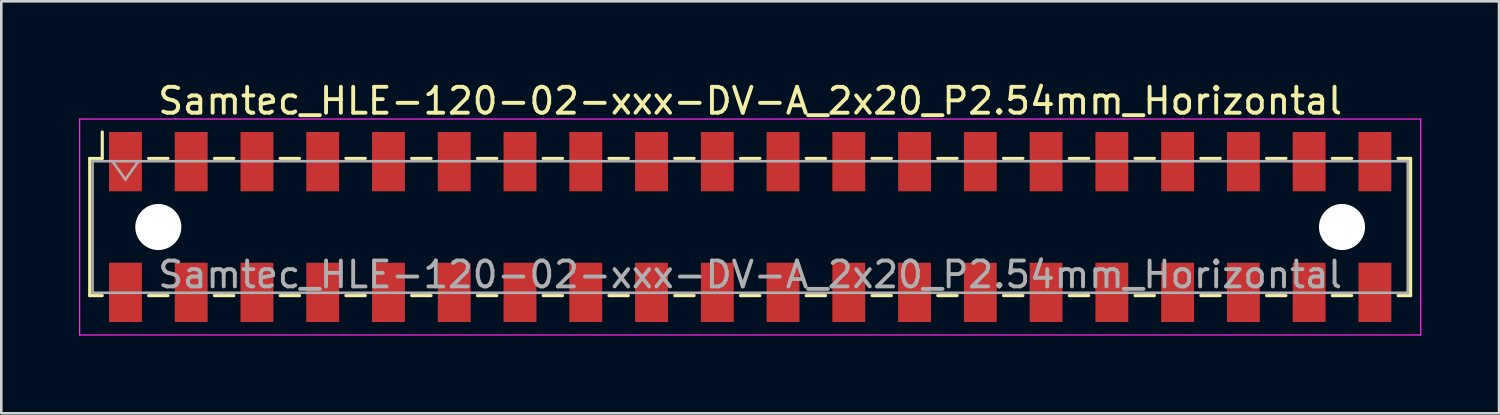
<source format=kicad_pcb>
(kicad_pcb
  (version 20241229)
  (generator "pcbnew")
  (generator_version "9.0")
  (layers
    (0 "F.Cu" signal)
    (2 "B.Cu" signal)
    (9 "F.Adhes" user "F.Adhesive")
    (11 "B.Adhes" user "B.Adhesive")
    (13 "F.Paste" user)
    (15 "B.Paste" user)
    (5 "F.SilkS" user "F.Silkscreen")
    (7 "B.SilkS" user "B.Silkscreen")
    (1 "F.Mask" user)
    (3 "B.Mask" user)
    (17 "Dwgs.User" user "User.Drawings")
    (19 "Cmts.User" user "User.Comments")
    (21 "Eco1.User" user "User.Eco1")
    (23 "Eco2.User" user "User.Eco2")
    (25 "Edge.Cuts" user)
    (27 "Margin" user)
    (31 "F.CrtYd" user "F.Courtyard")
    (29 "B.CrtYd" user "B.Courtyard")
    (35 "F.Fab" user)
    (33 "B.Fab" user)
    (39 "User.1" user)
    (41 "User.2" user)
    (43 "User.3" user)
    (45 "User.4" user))
  (footprint "Samtec_HLE-120-02-xxx-DV-A_2x20_P2.54mm_Horizontal"
    (layer "F.Cu")
    (at 25.925 5.718)
    (property "Reference" "Samtec_HLE-120-02-xxx-DV-A_2x20_P2.54mm_Horizontal" (at 0 -4.87 0) (layer "F.SilkS") (effects (font (size 1 1) (thickness 0.15))))
    (attr smd)
    (fp_line (start -25.51 -2.65) (end -25.51 2.65) (stroke (width 0.12) (type solid)) (layer "F.SilkS"))
    (fp_line (start -25.51 2.65) (end -25.025 2.65) (stroke (width 0.12) (type solid)) (layer "F.SilkS"))
    (fp_line (start -25.025 -3.67) (end -25.025 -2.65) (stroke (width 0.12) (type solid)) (layer "F.SilkS"))
    (fp_line (start -25.025 -2.65) (end -25.51 -2.65) (stroke (width 0.12) (type solid)) (layer "F.SilkS"))
    (fp_line (start -23.235 -2.65) (end -22.485 -2.65) (stroke (width 0.12) (type solid)) (layer "F.SilkS"))
    (fp_line (start -23.235 2.65) (end -22.485 2.65) (stroke (width 0.12) (type solid)) (layer "F.SilkS"))
    (fp_line (start -20.695 -2.65) (end -19.945 -2.65) (stroke (width 0.12) (type solid)) (layer "F.SilkS"))
    (fp_line (start -20.695 2.65) (end -19.945 2.65) (stroke (width 0.12) (type solid)) (layer "F.SilkS"))
    (fp_line (start -18.155 -2.65) (end -17.405 -2.65) (stroke (width 0.12) (type solid)) (layer "F.SilkS"))
    (fp_line (start -18.155 2.65) (end -17.405 2.65) (stroke (width 0.12) (type solid)) (layer "F.SilkS"))
    (fp_line (start -15.615 -2.65) (end -14.865 -2.65) (stroke (width 0.12) (type solid)) (layer "F.SilkS"))
    (fp_line (start -15.615 2.65) (end -14.865 2.65) (stroke (width 0.12) (type solid)) (layer "F.SilkS"))
    (fp_line (start -13.075 -2.65) (end -12.325 -2.65) (stroke (width 0.12) (type solid)) (layer "F.SilkS"))
    (fp_line (start -13.075 2.65) (end -12.325 2.65) (stroke (width 0.12) (type solid)) (layer "F.SilkS"))
    (fp_line (start -10.535 -2.65) (end -9.785 -2.65) (stroke (width 0.12) (type solid)) (layer "F.SilkS"))
    (fp_line (start -10.535 2.65) (end -9.785 2.65) (stroke (width 0.12) (type solid)) (layer "F.SilkS"))
    (fp_line (start -7.995 -2.65) (end -7.245 -2.65) (stroke (width 0.12) (type solid)) (layer "F.SilkS"))
    (fp_line (start -7.995 2.65) (end -7.245 2.65) (stroke (width 0.12) (type solid)) (layer "F.SilkS"))
    (fp_line (start -5.455 -2.65) (end -4.705 -2.65) (stroke (width 0.12) (type solid)) (layer "F.SilkS"))
    (fp_line (start -5.455 2.65) (end -4.705 2.65) (stroke (width 0.12) (type solid)) (layer "F.SilkS"))
    (fp_line (start -2.915 -2.65) (end -2.165 -2.65) (stroke (width 0.12) (type solid)) (layer "F.SilkS"))
    (fp_line (start -2.915 2.65) (end -2.165 2.65) (stroke (width 0.12) (type solid)) (layer "F.SilkS"))
    (fp_line (start -0.375 -2.65) (end 0.375 -2.65) (stroke (width 0.12) (type solid)) (layer "F.SilkS"))
    (fp_line (start -0.375 2.65) (end 0.375 2.65) (stroke (width 0.12) (type solid)) (layer "F.SilkS"))
    (fp_line (start 2.165 -2.65) (end 2.915 -2.65) (stroke (width 0.12) (type solid)) (layer "F.SilkS"))
    (fp_line (start 2.165 2.65) (end 2.915 2.65) (stroke (width 0.12) (type solid)) (layer "F.SilkS"))
    (fp_line (start 4.705 -2.65) (end 5.455 -2.65) (stroke (width 0.12) (type solid)) (layer "F.SilkS"))
    (fp_line (start 4.705 2.65) (end 5.455 2.65) (stroke (width 0.12) (type solid)) (layer "F.SilkS"))
    (fp_line (start 7.245 -2.65) (end 7.995 -2.65) (stroke (width 0.12) (type solid)) (layer "F.SilkS"))
    (fp_line (start 7.245 2.65) (end 7.995 2.65) (stroke (width 0.12) (type solid)) (layer "F.SilkS"))
    (fp_line (start 9.785 -2.65) (end 10.535 -2.65) (stroke (width 0.12) (type solid)) (layer "F.SilkS"))
    (fp_line (start 9.785 2.65) (end 10.535 2.65) (stroke (width 0.12) (type solid)) (layer "F.SilkS"))
    (fp_line (start 12.325 -2.65) (end 13.075 -2.65) (stroke (width 0.12) (type solid)) (layer "F.SilkS"))
    (fp_line (start 12.325 2.65) (end 13.075 2.65) (stroke (width 0.12) (type solid)) (layer "F.SilkS"))
    (fp_line (start 14.865 -2.65) (end 15.615 -2.65) (stroke (width 0.12) (type solid)) (layer "F.SilkS"))
    (fp_line (start 14.865 2.65) (end 15.615 2.65) (stroke (width 0.12) (type solid)) (layer "F.SilkS"))
    (fp_line (start 17.405 -2.65) (end 18.155 -2.65) (stroke (width 0.12) (type solid)) (layer "F.SilkS"))
    (fp_line (start 17.405 2.65) (end 18.155 2.65) (stroke (width 0.12) (type solid)) (layer "F.SilkS"))
    (fp_line (start 19.945 -2.65) (end 20.695 -2.65) (stroke (width 0.12) (type solid)) (layer "F.SilkS"))
    (fp_line (start 19.945 2.65) (end 20.695 2.65) (stroke (width 0.12) (type solid)) (layer "F.SilkS"))
    (fp_line (start 22.485 -2.65) (end 23.235 -2.65) (stroke (width 0.12) (type solid)) (layer "F.SilkS"))
    (fp_line (start 22.485 2.65) (end 23.235 2.65) (stroke (width 0.12) (type solid)) (layer "F.SilkS"))
    (fp_line (start 25.025 -2.65) (end 25.51 -2.65) (stroke (width 0.12) (type solid)) (layer "F.SilkS"))
    (fp_line (start 25.51 -2.65) (end 25.51 2.65) (stroke (width 0.12) (type solid)) (layer "F.SilkS"))
    (fp_line (start 25.51 2.65) (end 25.025 2.65) (stroke (width 0.12) (type solid)) (layer "F.SilkS"))
    (fp_line (start -25.9 -4.17) (end 25.9 -4.17) (stroke (width 0.05) (type solid)) (layer "F.CrtYd"))
    (fp_line (start -25.9 4.17) (end -25.9 -4.17) (stroke (width 0.05) (type solid)) (layer "F.CrtYd"))
    (fp_line (start 25.9 -4.17) (end 25.9 4.17) (stroke (width 0.05) (type solid)) (layer "F.CrtYd"))
    (fp_line (start 25.9 4.17) (end -25.9 4.17) (stroke (width 0.05) (type solid)) (layer "F.CrtYd"))
    (fp_line (start -25.4 -2.54) (end 25.4 -2.54) (stroke (width 0.1) (type solid)) (layer "F.Fab"))
    (fp_line (start -25.4 2.54) (end -25.4 -2.54) (stroke (width 0.1) (type solid)) (layer "F.Fab"))
    (fp_line (start -24.63 -2.54) (end -24.13 -1.833) (stroke (width 0.1) (type solid)) (layer "F.Fab"))
    (fp_line (start -24.13 -1.833) (end -23.63 -2.54) (stroke (width 0.1) (type solid)) (layer "F.Fab"))
    (fp_line (start 25.4 -2.54) (end 25.4 2.54) (stroke (width 0.1) (type solid)) (layer "F.Fab"))
    (fp_line (start 25.4 2.54) (end -25.4 2.54) (stroke (width 0.1) (type solid)) (layer "F.Fab"))
    (fp_text user "${REFERENCE}" (at 0 1.84 0) (layer "F.Fab") (effects (font (size 1 1) (thickness 0.15))))
    (pad "" np_thru_hole circle (at -22.86 0) (size 1.78 1.78) (drill 1.78) (layers "*.Cu" "*.Mask"))
    (pad "" np_thru_hole circle (at 22.86 0) (size 1.78 1.78) (drill 1.78) (layers "*.Cu" "*.Mask"))
    (pad "1" smd rect (at -24.13 -2.525) (size 1.27 2.29) (layers "F.Cu" "F.Mask" "F.Paste"))
    (pad "2" smd rect (at -24.13 2.525) (size 1.27 2.29) (layers "F.Cu" "F.Mask" "F.Paste"))
    (pad "3" smd rect (at -21.59 -2.525) (size 1.27 2.29) (layers "F.Cu" "F.Mask" "F.Paste"))
    (pad "4" smd rect (at -21.59 2.525) (size 1.27 2.29) (layers "F.Cu" "F.Mask" "F.Paste"))
    (pad "5" smd rect (at -19.05 -2.525) (size 1.27 2.29) (layers "F.Cu" "F.Mask" "F.Paste"))
    (pad "6" smd rect (at -19.05 2.525) (size 1.27 2.29) (layers "F.Cu" "F.Mask" "F.Paste"))
    (pad "7" smd rect (at -16.51 -2.525) (size 1.27 2.29) (layers "F.Cu" "F.Mask" "F.Paste"))
    (pad "8" smd rect (at -16.51 2.525) (size 1.27 2.29) (layers "F.Cu" "F.Mask" "F.Paste"))
    (pad "9" smd rect (at -13.97 -2.525) (size 1.27 2.29) (layers "F.Cu" "F.Mask" "F.Paste"))
    (pad "10" smd rect (at -13.97 2.525) (size 1.27 2.29) (layers "F.Cu" "F.Mask" "F.Paste"))
    (pad "11" smd rect (at -11.43 -2.525) (size 1.27 2.29) (layers "F.Cu" "F.Mask" "F.Paste"))
    (pad "12" smd rect (at -11.43 2.525) (size 1.27 2.29) (layers "F.Cu" "F.Mask" "F.Paste"))
    (pad "13" smd rect (at -8.89 -2.525) (size 1.27 2.29) (layers "F.Cu" "F.Mask" "F.Paste"))
    (pad "14" smd rect (at -8.89 2.525) (size 1.27 2.29) (layers "F.Cu" "F.Mask" "F.Paste"))
    (pad "15" smd rect (at -6.35 -2.525) (size 1.27 2.29) (layers "F.Cu" "F.Mask" "F.Paste"))
    (pad "16" smd rect (at -6.35 2.525) (size 1.27 2.29) (layers "F.Cu" "F.Mask" "F.Paste"))
    (pad "17" smd rect (at -3.81 -2.525) (size 1.27 2.29) (layers "F.Cu" "F.Mask" "F.Paste"))
    (pad "18" smd rect (at -3.81 2.525) (size 1.27 2.29) (layers "F.Cu" "F.Mask" "F.Paste"))
    (pad "19" smd rect (at -1.27 -2.525) (size 1.27 2.29) (layers "F.Cu" "F.Mask" "F.Paste"))
    (pad "20" smd rect (at -1.27 2.525) (size 1.27 2.29) (layers "F.Cu" "F.Mask" "F.Paste"))
    (pad "21" smd rect (at 1.27 -2.525) (size 1.27 2.29) (layers "F.Cu" "F.Mask" "F.Paste"))
    (pad "22" smd rect (at 1.27 2.525) (size 1.27 2.29) (layers "F.Cu" "F.Mask" "F.Paste"))
    (pad "23" smd rect (at 3.81 -2.525) (size 1.27 2.29) (layers "F.Cu" "F.Mask" "F.Paste"))
    (pad "24" smd rect (at 3.81 2.525) (size 1.27 2.29) (layers "F.Cu" "F.Mask" "F.Paste"))
    (pad "25" smd rect (at 6.35 -2.525) (size 1.27 2.29) (layers "F.Cu" "F.Mask" "F.Paste"))
    (pad "26" smd rect (at 6.35 2.525) (size 1.27 2.29) (layers "F.Cu" "F.Mask" "F.Paste"))
    (pad "27" smd rect (at 8.89 -2.525) (size 1.27 2.29) (layers "F.Cu" "F.Mask" "F.Paste"))
    (pad "28" smd rect (at 8.89 2.525) (size 1.27 2.29) (layers "F.Cu" "F.Mask" "F.Paste"))
    (pad "29" smd rect (at 11.43 -2.525) (size 1.27 2.29) (layers "F.Cu" "F.Mask" "F.Paste"))
    (pad "30" smd rect (at 11.43 2.525) (size 1.27 2.29) (layers "F.Cu" "F.Mask" "F.Paste"))
    (pad "31" smd rect (at 13.97 -2.525) (size 1.27 2.29) (layers "F.Cu" "F.Mask" "F.Paste"))
    (pad "32" smd rect (at 13.97 2.525) (size 1.27 2.29) (layers "F.Cu" "F.Mask" "F.Paste"))
    (pad "33" smd rect (at 16.51 -2.525) (size 1.27 2.29) (layers "F.Cu" "F.Mask" "F.Paste"))
    (pad "34" smd rect (at 16.51 2.525) (size 1.27 2.29) (layers "F.Cu" "F.Mask" "F.Paste"))
    (pad "35" smd rect (at 19.05 -2.525) (size 1.27 2.29) (layers "F.Cu" "F.Mask" "F.Paste"))
    (pad "36" smd rect (at 19.05 2.525) (size 1.27 2.29) (layers "F.Cu" "F.Mask" "F.Paste"))
    (pad "37" smd rect (at 21.59 -2.525) (size 1.27 2.29) (layers "F.Cu" "F.Mask" "F.Paste"))
    (pad "38" smd rect (at 21.59 2.525) (size 1.27 2.29) (layers "F.Cu" "F.Mask" "F.Paste"))
    (pad "39" smd rect (at 24.13 -2.525) (size 1.27 2.29) (layers "F.Cu" "F.Mask" "F.Paste"))
    (pad "40" smd rect (at 24.13 2.525) (size 1.27 2.29) (layers "F.Cu" "F.Mask" "F.Paste")))
  (gr_rect
    (start -3 -3)
    (end 54.85 12.913)
    (stroke (width 0.1) (type default))
    (fill no)
    (layer "Edge.Cuts")))
</source>
